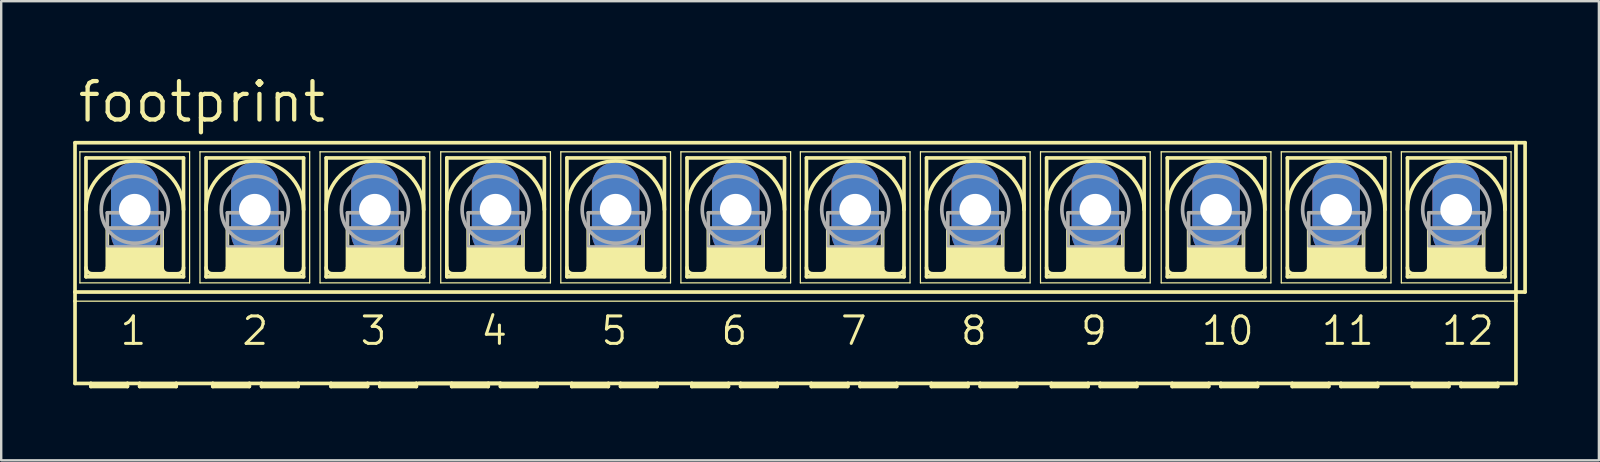
<source format=kicad_pcb>
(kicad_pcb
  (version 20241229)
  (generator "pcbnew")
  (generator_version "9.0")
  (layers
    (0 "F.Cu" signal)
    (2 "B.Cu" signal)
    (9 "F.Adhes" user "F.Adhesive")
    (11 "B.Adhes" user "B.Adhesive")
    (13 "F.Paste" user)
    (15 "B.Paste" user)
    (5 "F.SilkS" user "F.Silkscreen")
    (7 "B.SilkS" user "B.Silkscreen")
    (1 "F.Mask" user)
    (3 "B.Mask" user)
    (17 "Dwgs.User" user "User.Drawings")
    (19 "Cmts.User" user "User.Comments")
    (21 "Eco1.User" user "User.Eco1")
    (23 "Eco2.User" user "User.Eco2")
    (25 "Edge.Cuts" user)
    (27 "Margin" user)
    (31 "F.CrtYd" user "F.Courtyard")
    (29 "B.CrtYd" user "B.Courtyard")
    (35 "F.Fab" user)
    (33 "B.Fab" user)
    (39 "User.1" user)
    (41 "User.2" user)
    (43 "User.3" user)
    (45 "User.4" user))
  (footprint "footprint"
    (layer "F.Cu")
    (at 30.099 5.69)
    (property "Reference" "footprint" (at -29.997 -3.556 0) (layer "F.SilkS") (effects (font (size 1.6 1.6) (thickness 0.178)) (justify left bottom)))
    (fp_line (start -30.023 3.429) (end -30.023 -2.794) (stroke (width 0.152) (type solid)) (layer "F.SilkS"))
    (fp_line (start -30.023 3.429) (end 30.023 3.429) (stroke (width 0.152) (type solid)) (layer "F.SilkS"))
    (fp_line (start -30.023 3.81) (end -30.023 3.429) (stroke (width 0.152) (type solid)) (layer "F.SilkS"))
    (fp_line (start -30.023 7.239) (end -30.023 3.81) (stroke (width 0.152) (type solid)) (layer "F.SilkS"))
    (fp_line (start -30.023 7.239) (end -29.362 7.239) (stroke (width 0.152) (type solid)) (layer "F.SilkS"))
    (fp_line (start -29.82 -2.413) (end -29.82 3.048) (stroke (width 0.051) (type solid)) (layer "F.SilkS"))
    (fp_line (start -29.82 -2.413) (end -25.248 -2.413) (stroke (width 0.051) (type solid)) (layer "F.SilkS"))
    (fp_line (start -29.566 2.794) (end -29.566 -2.159) (stroke (width 0.152) (type solid)) (layer "F.SilkS"))
    (fp_line (start -29.566 2.794) (end -25.502 2.794) (stroke (width 0.152) (type solid)) (layer "F.SilkS"))
    (fp_line (start -29.362 7.239) (end -27.838 7.239) (stroke (width 0.152) (type solid)) (layer "F.SilkS"))
    (fp_line (start -29.362 7.366) (end -29.362 7.239) (stroke (width 0.152) (type solid)) (layer "F.SilkS"))
    (fp_line (start -29.362 7.366) (end -27.838 7.366) (stroke (width 0.152) (type solid)) (layer "F.SilkS"))
    (fp_line (start -28.677 0.762) (end -28.677 2.413) (stroke (width 0.152) (type solid)) (layer "F.SilkS"))
    (fp_line (start -27.838 7.239) (end -27.838 7.366) (stroke (width 0.152) (type solid)) (layer "F.SilkS"))
    (fp_line (start -27.838 7.239) (end -27.33 7.239) (stroke (width 0.152) (type solid)) (layer "F.SilkS"))
    (fp_line (start -27.33 7.239) (end -25.806 7.239) (stroke (width 0.152) (type solid)) (layer "F.SilkS"))
    (fp_line (start -27.33 7.366) (end -27.33 7.239) (stroke (width 0.152) (type solid)) (layer "F.SilkS"))
    (fp_line (start -27.33 7.366) (end -25.806 7.366) (stroke (width 0.152) (type solid)) (layer "F.SilkS"))
    (fp_line (start -26.391 0.762) (end -26.391 2.413) (stroke (width 0.152) (type solid)) (layer "F.SilkS"))
    (fp_line (start -25.806 7.239) (end -24.282 7.239) (stroke (width 0.152) (type solid)) (layer "F.SilkS"))
    (fp_line (start -25.806 7.366) (end -25.806 7.239) (stroke (width 0.152) (type solid)) (layer "F.SilkS"))
    (fp_line (start -25.756 2.667) (end -29.312 2.667) (stroke (width 0.152) (type solid)) (layer "F.SilkS"))
    (fp_line (start -25.502 -2.159) (end -29.566 -2.159) (stroke (width 0.152) (type solid)) (layer "F.SilkS"))
    (fp_line (start -25.502 -2.159) (end -25.502 2.794) (stroke (width 0.152) (type solid)) (layer "F.SilkS"))
    (fp_line (start -25.248 -2.413) (end -25.248 3.048) (stroke (width 0.051) (type solid)) (layer "F.SilkS"))
    (fp_line (start -25.248 3.048) (end -29.82 3.048) (stroke (width 0.051) (type solid)) (layer "F.SilkS"))
    (fp_line (start -24.816 -2.413) (end -24.816 3.048) (stroke (width 0.051) (type solid)) (layer "F.SilkS"))
    (fp_line (start -24.816 -2.413) (end -20.244 -2.413) (stroke (width 0.051) (type solid)) (layer "F.SilkS"))
    (fp_line (start -24.562 -2.159) (end -24.562 2.794) (stroke (width 0.152) (type solid)) (layer "F.SilkS"))
    (fp_line (start -24.562 2.794) (end -20.498 2.794) (stroke (width 0.152) (type solid)) (layer "F.SilkS"))
    (fp_line (start -24.282 7.239) (end -22.758 7.239) (stroke (width 0.152) (type solid)) (layer "F.SilkS"))
    (fp_line (start -24.282 7.366) (end -24.282 7.239) (stroke (width 0.152) (type solid)) (layer "F.SilkS"))
    (fp_line (start -24.282 7.366) (end -22.758 7.366) (stroke (width 0.152) (type solid)) (layer "F.SilkS"))
    (fp_line (start -23.673 0.762) (end -23.673 2.413) (stroke (width 0.152) (type solid)) (layer "F.SilkS"))
    (fp_line (start -22.758 7.239) (end -22.758 7.366) (stroke (width 0.152) (type solid)) (layer "F.SilkS"))
    (fp_line (start -22.758 7.239) (end -22.25 7.239) (stroke (width 0.152) (type solid)) (layer "F.SilkS"))
    (fp_line (start -22.25 7.239) (end -20.726 7.239) (stroke (width 0.152) (type solid)) (layer "F.SilkS"))
    (fp_line (start -22.25 7.366) (end -22.25 7.239) (stroke (width 0.152) (type solid)) (layer "F.SilkS"))
    (fp_line (start -22.25 7.366) (end -20.726 7.366) (stroke (width 0.152) (type solid)) (layer "F.SilkS"))
    (fp_line (start -21.387 0.762) (end -21.387 2.413) (stroke (width 0.152) (type solid)) (layer "F.SilkS"))
    (fp_line (start -20.752 2.667) (end -24.308 2.667) (stroke (width 0.152) (type solid)) (layer "F.SilkS"))
    (fp_line (start -20.726 7.366) (end -20.726 7.239) (stroke (width 0.152) (type solid)) (layer "F.SilkS"))
    (fp_line (start -20.498 -2.159) (end -24.562 -2.159) (stroke (width 0.152) (type solid)) (layer "F.SilkS"))
    (fp_line (start -20.498 2.794) (end -20.498 -2.159) (stroke (width 0.152) (type solid)) (layer "F.SilkS"))
    (fp_line (start -20.244 3.048) (end -24.816 3.048) (stroke (width 0.051) (type solid)) (layer "F.SilkS"))
    (fp_line (start -20.244 3.048) (end -20.244 -2.413) (stroke (width 0.051) (type solid)) (layer "F.SilkS"))
    (fp_line (start -19.812 -2.413) (end -19.812 3.048) (stroke (width 0.051) (type solid)) (layer "F.SilkS"))
    (fp_line (start -19.812 -2.413) (end -15.24 -2.413) (stroke (width 0.051) (type solid)) (layer "F.SilkS"))
    (fp_line (start -19.558 2.794) (end -19.558 -2.159) (stroke (width 0.152) (type solid)) (layer "F.SilkS"))
    (fp_line (start -19.558 2.794) (end -15.494 2.794) (stroke (width 0.152) (type solid)) (layer "F.SilkS"))
    (fp_line (start -19.355 7.239) (end -20.726 7.239) (stroke (width 0.152) (type solid)) (layer "F.SilkS"))
    (fp_line (start -19.355 7.239) (end -19.355 7.366) (stroke (width 0.152) (type solid)) (layer "F.SilkS"))
    (fp_line (start -19.355 7.239) (end -17.831 7.239) (stroke (width 0.152) (type solid)) (layer "F.SilkS"))
    (fp_line (start -19.355 7.366) (end -17.831 7.366) (stroke (width 0.152) (type solid)) (layer "F.SilkS"))
    (fp_line (start -18.669 0.762) (end -18.669 2.413) (stroke (width 0.152) (type solid)) (layer "F.SilkS"))
    (fp_line (start -17.831 7.239) (end -17.831 7.366) (stroke (width 0.152) (type solid)) (layer "F.SilkS"))
    (fp_line (start -17.831 7.239) (end -17.323 7.239) (stroke (width 0.152) (type solid)) (layer "F.SilkS"))
    (fp_line (start -17.323 7.239) (end -17.323 7.366) (stroke (width 0.152) (type solid)) (layer "F.SilkS"))
    (fp_line (start -17.323 7.239) (end -15.799 7.239) (stroke (width 0.152) (type solid)) (layer "F.SilkS"))
    (fp_line (start -17.323 7.366) (end -15.799 7.366) (stroke (width 0.152) (type solid)) (layer "F.SilkS"))
    (fp_line (start -16.383 0.762) (end -16.383 2.413) (stroke (width 0.152) (type solid)) (layer "F.SilkS"))
    (fp_line (start -15.799 7.366) (end -15.799 7.239) (stroke (width 0.152) (type solid)) (layer "F.SilkS"))
    (fp_line (start -15.748 2.667) (end -19.304 2.667) (stroke (width 0.152) (type solid)) (layer "F.SilkS"))
    (fp_line (start -15.494 -2.159) (end -19.558 -2.159) (stroke (width 0.152) (type solid)) (layer "F.SilkS"))
    (fp_line (start -15.494 -2.159) (end -15.494 2.794) (stroke (width 0.152) (type solid)) (layer "F.SilkS"))
    (fp_line (start -15.24 -2.413) (end -15.24 3.048) (stroke (width 0.051) (type solid)) (layer "F.SilkS"))
    (fp_line (start -15.24 3.048) (end -19.812 3.048) (stroke (width 0.051) (type solid)) (layer "F.SilkS"))
    (fp_line (start -14.783 -2.413) (end -14.783 3.048) (stroke (width 0.051) (type solid)) (layer "F.SilkS"))
    (fp_line (start -14.783 -2.413) (end -10.211 -2.413) (stroke (width 0.051) (type solid)) (layer "F.SilkS"))
    (fp_line (start -14.529 2.794) (end -14.529 -2.159) (stroke (width 0.152) (type solid)) (layer "F.SilkS"))
    (fp_line (start -14.529 2.794) (end -10.465 2.794) (stroke (width 0.152) (type solid)) (layer "F.SilkS"))
    (fp_line (start -14.326 7.239) (end -15.697 7.239) (stroke (width 0.152) (type solid)) (layer "F.SilkS"))
    (fp_line (start -14.326 7.239) (end -14.326 7.366) (stroke (width 0.152) (type solid)) (layer "F.SilkS"))
    (fp_line (start -14.326 7.239) (end -12.802 7.239) (stroke (width 0.152) (type solid)) (layer "F.SilkS"))
    (fp_line (start -14.326 7.366) (end -12.802 7.366) (stroke (width 0.152) (type solid)) (layer "F.SilkS"))
    (fp_line (start -13.64 0.762) (end -13.64 2.413) (stroke (width 0.152) (type solid)) (layer "F.SilkS"))
    (fp_line (start -12.802 7.239) (end -12.802 7.366) (stroke (width 0.152) (type solid)) (layer "F.SilkS"))
    (fp_line (start -12.802 7.239) (end -12.294 7.239) (stroke (width 0.152) (type solid)) (layer "F.SilkS"))
    (fp_line (start -12.294 7.239) (end -15.799 7.239) (stroke (width 0.152) (type solid)) (layer "F.SilkS"))
    (fp_line (start -12.294 7.239) (end -12.294 7.366) (stroke (width 0.152) (type solid)) (layer "F.SilkS"))
    (fp_line (start -12.294 7.366) (end -10.77 7.366) (stroke (width 0.152) (type solid)) (layer "F.SilkS"))
    (fp_line (start -11.354 0.762) (end -11.354 2.413) (stroke (width 0.152) (type solid)) (layer "F.SilkS"))
    (fp_line (start -10.77 7.239) (end -12.294 7.239) (stroke (width 0.152) (type solid)) (layer "F.SilkS"))
    (fp_line (start -10.77 7.366) (end -10.77 7.239) (stroke (width 0.152) (type solid)) (layer "F.SilkS"))
    (fp_line (start -10.719 2.667) (end -14.275 2.667) (stroke (width 0.152) (type solid)) (layer "F.SilkS"))
    (fp_line (start -10.465 -2.159) (end -14.529 -2.159) (stroke (width 0.152) (type solid)) (layer "F.SilkS"))
    (fp_line (start -10.465 -2.159) (end -10.465 2.794) (stroke (width 0.152) (type solid)) (layer "F.SilkS"))
    (fp_line (start -10.211 -2.413) (end -10.211 3.048) (stroke (width 0.051) (type solid)) (layer "F.SilkS"))
    (fp_line (start -10.211 3.048) (end -14.783 3.048) (stroke (width 0.051) (type solid)) (layer "F.SilkS"))
    (fp_line (start -9.779 -2.413) (end -9.779 3.048) (stroke (width 0.051) (type solid)) (layer "F.SilkS"))
    (fp_line (start -9.779 -2.413) (end -5.207 -2.413) (stroke (width 0.051) (type solid)) (layer "F.SilkS"))
    (fp_line (start -9.525 2.794) (end -9.525 -2.159) (stroke (width 0.152) (type solid)) (layer "F.SilkS"))
    (fp_line (start -9.525 2.794) (end -5.461 2.794) (stroke (width 0.152) (type solid)) (layer "F.SilkS"))
    (fp_line (start -9.322 7.239) (end -10.77 7.239) (stroke (width 0.152) (type solid)) (layer "F.SilkS"))
    (fp_line (start -9.322 7.366) (end -9.322 7.239) (stroke (width 0.152) (type solid)) (layer "F.SilkS"))
    (fp_line (start -9.322 7.366) (end -7.798 7.366) (stroke (width 0.152) (type solid)) (layer "F.SilkS"))
    (fp_line (start -8.636 0.762) (end -8.636 2.413) (stroke (width 0.152) (type solid)) (layer "F.SilkS"))
    (fp_line (start -7.798 7.239) (end -9.322 7.239) (stroke (width 0.152) (type solid)) (layer "F.SilkS"))
    (fp_line (start -7.798 7.239) (end -7.798 7.366) (stroke (width 0.152) (type solid)) (layer "F.SilkS"))
    (fp_line (start -7.29 7.239) (end -7.798 7.239) (stroke (width 0.152) (type solid)) (layer "F.SilkS"))
    (fp_line (start -7.29 7.366) (end -7.29 7.239) (stroke (width 0.152) (type solid)) (layer "F.SilkS"))
    (fp_line (start -7.29 7.366) (end -5.766 7.366) (stroke (width 0.152) (type solid)) (layer "F.SilkS"))
    (fp_line (start -6.35 0.762) (end -6.35 2.413) (stroke (width 0.152) (type solid)) (layer "F.SilkS"))
    (fp_line (start -5.766 7.239) (end -7.29 7.239) (stroke (width 0.152) (type solid)) (layer "F.SilkS"))
    (fp_line (start -5.766 7.366) (end -5.766 7.239) (stroke (width 0.152) (type solid)) (layer "F.SilkS"))
    (fp_line (start -5.715 2.667) (end -9.271 2.667) (stroke (width 0.152) (type solid)) (layer "F.SilkS"))
    (fp_line (start -5.461 -2.159) (end -9.525 -2.159) (stroke (width 0.152) (type solid)) (layer "F.SilkS"))
    (fp_line (start -5.461 -2.159) (end -5.461 2.794) (stroke (width 0.152) (type solid)) (layer "F.SilkS"))
    (fp_line (start -5.207 -2.413) (end -5.207 3.048) (stroke (width 0.051) (type solid)) (layer "F.SilkS"))
    (fp_line (start -5.207 3.048) (end -9.779 3.048) (stroke (width 0.051) (type solid)) (layer "F.SilkS"))
    (fp_line (start -4.775 -2.413) (end -4.775 3.048) (stroke (width 0.051) (type solid)) (layer "F.SilkS"))
    (fp_line (start -4.775 -2.413) (end -0.203 -2.413) (stroke (width 0.051) (type solid)) (layer "F.SilkS"))
    (fp_line (start -4.521 2.794) (end -4.521 -2.159) (stroke (width 0.152) (type solid)) (layer "F.SilkS"))
    (fp_line (start -4.521 2.794) (end -0.457 2.794) (stroke (width 0.152) (type solid)) (layer "F.SilkS"))
    (fp_line (start -4.318 7.239) (end -5.766 7.239) (stroke (width 0.152) (type solid)) (layer "F.SilkS"))
    (fp_line (start -4.318 7.366) (end -4.318 7.239) (stroke (width 0.152) (type solid)) (layer "F.SilkS"))
    (fp_line (start -4.318 7.366) (end -2.794 7.366) (stroke (width 0.152) (type solid)) (layer "F.SilkS"))
    (fp_line (start -3.632 0.762) (end -3.632 2.413) (stroke (width 0.152) (type solid)) (layer "F.SilkS"))
    (fp_line (start -2.794 7.239) (end -4.318 7.239) (stroke (width 0.152) (type solid)) (layer "F.SilkS"))
    (fp_line (start -2.794 7.239) (end -2.794 7.366) (stroke (width 0.152) (type solid)) (layer "F.SilkS"))
    (fp_line (start -2.286 7.239) (end -2.794 7.239) (stroke (width 0.152) (type solid)) (layer "F.SilkS"))
    (fp_line (start -2.286 7.239) (end -0.762 7.239) (stroke (width 0.152) (type solid)) (layer "F.SilkS"))
    (fp_line (start -2.286 7.366) (end -2.286 7.239) (stroke (width 0.152) (type solid)) (layer "F.SilkS"))
    (fp_line (start -2.286 7.366) (end -0.762 7.366) (stroke (width 0.152) (type solid)) (layer "F.SilkS"))
    (fp_line (start -1.346 0.762) (end -1.346 2.413) (stroke (width 0.152) (type solid)) (layer "F.SilkS"))
    (fp_line (start -0.762 7.239) (end 0.66 7.239) (stroke (width 0.152) (type solid)) (layer "F.SilkS"))
    (fp_line (start -0.762 7.366) (end -0.762 7.239) (stroke (width 0.152) (type solid)) (layer "F.SilkS"))
    (fp_line (start -0.711 2.667) (end -4.267 2.667) (stroke (width 0.152) (type solid)) (layer "F.SilkS"))
    (fp_line (start -0.457 -2.159) (end -4.521 -2.159) (stroke (width 0.152) (type solid)) (layer "F.SilkS"))
    (fp_line (start -0.457 -2.159) (end -0.457 2.794) (stroke (width 0.152) (type solid)) (layer "F.SilkS"))
    (fp_line (start -0.203 -2.413) (end -0.203 3.048) (stroke (width 0.051) (type solid)) (layer "F.SilkS"))
    (fp_line (start -0.203 3.048) (end -4.775 3.048) (stroke (width 0.051) (type solid)) (layer "F.SilkS"))
    (fp_line (start 0.203 -2.413) (end 0.203 3.048) (stroke (width 0.051) (type solid)) (layer "F.SilkS"))
    (fp_line (start 0.203 -2.413) (end 4.775 -2.413) (stroke (width 0.051) (type solid)) (layer "F.SilkS"))
    (fp_line (start 0.457 2.794) (end 0.457 -2.159) (stroke (width 0.152) (type solid)) (layer "F.SilkS"))
    (fp_line (start 0.457 2.794) (end 4.521 2.794) (stroke (width 0.152) (type solid)) (layer "F.SilkS"))
    (fp_line (start 0.66 7.366) (end 0.66 7.239) (stroke (width 0.152) (type solid)) (layer "F.SilkS"))
    (fp_line (start 0.66 7.366) (end 2.184 7.366) (stroke (width 0.152) (type solid)) (layer "F.SilkS"))
    (fp_line (start 1.346 0.762) (end 1.346 2.413) (stroke (width 0.152) (type solid)) (layer "F.SilkS"))
    (fp_line (start 2.184 7.239) (end 0.66 7.239) (stroke (width 0.152) (type solid)) (layer "F.SilkS"))
    (fp_line (start 2.184 7.239) (end 2.184 7.366) (stroke (width 0.152) (type solid)) (layer "F.SilkS"))
    (fp_line (start 2.692 7.239) (end 2.184 7.239) (stroke (width 0.152) (type solid)) (layer "F.SilkS"))
    (fp_line (start 2.692 7.239) (end 4.216 7.239) (stroke (width 0.152) (type solid)) (layer "F.SilkS"))
    (fp_line (start 2.692 7.366) (end 2.692 7.239) (stroke (width 0.152) (type solid)) (layer "F.SilkS"))
    (fp_line (start 2.692 7.366) (end 4.216 7.366) (stroke (width 0.152) (type solid)) (layer "F.SilkS"))
    (fp_line (start 3.632 0.762) (end 3.632 2.413) (stroke (width 0.152) (type solid)) (layer "F.SilkS"))
    (fp_line (start 4.216 7.366) (end 4.216 7.239) (stroke (width 0.152) (type solid)) (layer "F.SilkS"))
    (fp_line (start 4.267 2.667) (end 0.711 2.667) (stroke (width 0.152) (type solid)) (layer "F.SilkS"))
    (fp_line (start 4.521 -2.159) (end 0.457 -2.159) (stroke (width 0.152) (type solid)) (layer "F.SilkS"))
    (fp_line (start 4.521 -2.159) (end 4.521 2.794) (stroke (width 0.152) (type solid)) (layer "F.SilkS"))
    (fp_line (start 4.775 -2.413) (end 4.775 3.048) (stroke (width 0.051) (type solid)) (layer "F.SilkS"))
    (fp_line (start 4.775 3.048) (end 0.203 3.048) (stroke (width 0.051) (type solid)) (layer "F.SilkS"))
    (fp_line (start 5.207 -2.413) (end 5.207 3.048) (stroke (width 0.051) (type solid)) (layer "F.SilkS"))
    (fp_line (start 5.207 -2.413) (end 9.779 -2.413) (stroke (width 0.051) (type solid)) (layer "F.SilkS"))
    (fp_line (start 5.461 2.794) (end 5.461 -2.159) (stroke (width 0.152) (type solid)) (layer "F.SilkS"))
    (fp_line (start 5.461 2.794) (end 9.525 2.794) (stroke (width 0.152) (type solid)) (layer "F.SilkS"))
    (fp_line (start 5.664 7.239) (end 4.216 7.239) (stroke (width 0.152) (type solid)) (layer "F.SilkS"))
    (fp_line (start 5.664 7.239) (end 7.188 7.239) (stroke (width 0.152) (type solid)) (layer "F.SilkS"))
    (fp_line (start 5.664 7.366) (end 5.664 7.239) (stroke (width 0.152) (type solid)) (layer "F.SilkS"))
    (fp_line (start 5.664 7.366) (end 7.188 7.366) (stroke (width 0.152) (type solid)) (layer "F.SilkS"))
    (fp_line (start 6.35 0.762) (end 6.35 2.413) (stroke (width 0.152) (type solid)) (layer "F.SilkS"))
    (fp_line (start 7.188 7.239) (end 7.188 7.366) (stroke (width 0.152) (type solid)) (layer "F.SilkS"))
    (fp_line (start 7.188 7.239) (end 7.696 7.239) (stroke (width 0.152) (type solid)) (layer "F.SilkS"))
    (fp_line (start 7.696 7.239) (end 9.22 7.239) (stroke (width 0.152) (type solid)) (layer "F.SilkS"))
    (fp_line (start 7.696 7.366) (end 7.696 7.239) (stroke (width 0.152) (type solid)) (layer "F.SilkS"))
    (fp_line (start 7.696 7.366) (end 9.22 7.366) (stroke (width 0.152) (type solid)) (layer "F.SilkS"))
    (fp_line (start 8.636 0.762) (end 8.636 2.413) (stroke (width 0.152) (type solid)) (layer "F.SilkS"))
    (fp_line (start 9.22 7.366) (end 9.22 7.239) (stroke (width 0.152) (type solid)) (layer "F.SilkS"))
    (fp_line (start 9.271 2.667) (end 5.715 2.667) (stroke (width 0.152) (type solid)) (layer "F.SilkS"))
    (fp_line (start 9.525 -2.159) (end 5.461 -2.159) (stroke (width 0.152) (type solid)) (layer "F.SilkS"))
    (fp_line (start 9.525 -2.159) (end 9.525 2.794) (stroke (width 0.152) (type solid)) (layer "F.SilkS"))
    (fp_line (start 9.779 -2.413) (end 9.779 3.048) (stroke (width 0.051) (type solid)) (layer "F.SilkS"))
    (fp_line (start 9.779 3.048) (end 5.207 3.048) (stroke (width 0.051) (type solid)) (layer "F.SilkS"))
    (fp_line (start 10.211 -2.413) (end 10.211 3.048) (stroke (width 0.051) (type solid)) (layer "F.SilkS"))
    (fp_line (start 10.211 -2.413) (end 14.783 -2.413) (stroke (width 0.051) (type solid)) (layer "F.SilkS"))
    (fp_line (start 10.465 2.794) (end 10.465 -2.159) (stroke (width 0.152) (type solid)) (layer "F.SilkS"))
    (fp_line (start 10.465 2.794) (end 14.529 2.794) (stroke (width 0.152) (type solid)) (layer "F.SilkS"))
    (fp_line (start 10.668 7.239) (end 9.22 7.239) (stroke (width 0.152) (type solid)) (layer "F.SilkS"))
    (fp_line (start 10.668 7.239) (end 12.192 7.239) (stroke (width 0.152) (type solid)) (layer "F.SilkS"))
    (fp_line (start 10.668 7.366) (end 10.668 7.239) (stroke (width 0.152) (type solid)) (layer "F.SilkS"))
    (fp_line (start 10.668 7.366) (end 12.192 7.366) (stroke (width 0.152) (type solid)) (layer "F.SilkS"))
    (fp_line (start 11.354 0.762) (end 11.354 2.413) (stroke (width 0.152) (type solid)) (layer "F.SilkS"))
    (fp_line (start 12.192 7.239) (end 12.192 7.366) (stroke (width 0.152) (type solid)) (layer "F.SilkS"))
    (fp_line (start 12.7 7.239) (end 12.192 7.239) (stroke (width 0.152) (type solid)) (layer "F.SilkS"))
    (fp_line (start 12.7 7.366) (end 12.7 7.239) (stroke (width 0.152) (type solid)) (layer "F.SilkS"))
    (fp_line (start 12.7 7.366) (end 14.224 7.366) (stroke (width 0.152) (type solid)) (layer "F.SilkS"))
    (fp_line (start 13.64 0.762) (end 13.64 2.413) (stroke (width 0.152) (type solid)) (layer "F.SilkS"))
    (fp_line (start 14.224 7.239) (end 12.7 7.239) (stroke (width 0.152) (type solid)) (layer "F.SilkS"))
    (fp_line (start 14.224 7.366) (end 14.224 7.239) (stroke (width 0.152) (type solid)) (layer "F.SilkS"))
    (fp_line (start 14.275 2.667) (end 10.719 2.667) (stroke (width 0.152) (type solid)) (layer "F.SilkS"))
    (fp_line (start 14.529 -2.159) (end 10.465 -2.159) (stroke (width 0.152) (type solid)) (layer "F.SilkS"))
    (fp_line (start 14.529 -2.159) (end 14.529 2.794) (stroke (width 0.152) (type solid)) (layer "F.SilkS"))
    (fp_line (start 14.783 -2.413) (end 14.783 3.048) (stroke (width 0.051) (type solid)) (layer "F.SilkS"))
    (fp_line (start 14.783 3.048) (end 10.211 3.048) (stroke (width 0.051) (type solid)) (layer "F.SilkS"))
    (fp_line (start 15.24 -2.413) (end 15.24 3.048) (stroke (width 0.051) (type solid)) (layer "F.SilkS"))
    (fp_line (start 15.24 -2.413) (end 19.812 -2.413) (stroke (width 0.051) (type solid)) (layer "F.SilkS"))
    (fp_line (start 15.494 2.794) (end 15.494 -2.159) (stroke (width 0.152) (type solid)) (layer "F.SilkS"))
    (fp_line (start 15.494 2.794) (end 19.558 2.794) (stroke (width 0.152) (type solid)) (layer "F.SilkS"))
    (fp_line (start 15.697 7.239) (end 14.224 7.239) (stroke (width 0.152) (type solid)) (layer "F.SilkS"))
    (fp_line (start 15.697 7.366) (end 15.697 7.239) (stroke (width 0.152) (type solid)) (layer "F.SilkS"))
    (fp_line (start 15.697 7.366) (end 17.221 7.366) (stroke (width 0.152) (type solid)) (layer "F.SilkS"))
    (fp_line (start 16.383 0.762) (end 16.383 2.413) (stroke (width 0.152) (type solid)) (layer "F.SilkS"))
    (fp_line (start 17.221 7.239) (end 15.697 7.239) (stroke (width 0.152) (type solid)) (layer "F.SilkS"))
    (fp_line (start 17.221 7.239) (end 17.221 7.366) (stroke (width 0.152) (type solid)) (layer "F.SilkS"))
    (fp_line (start 17.221 7.239) (end 17.729 7.239) (stroke (width 0.152) (type solid)) (layer "F.SilkS"))
    (fp_line (start 17.729 7.239) (end 19.253 7.239) (stroke (width 0.152) (type solid)) (layer "F.SilkS"))
    (fp_line (start 17.729 7.366) (end 17.729 7.239) (stroke (width 0.152) (type solid)) (layer "F.SilkS"))
    (fp_line (start 17.729 7.366) (end 19.253 7.366) (stroke (width 0.152) (type solid)) (layer "F.SilkS"))
    (fp_line (start 18.669 0.762) (end 18.669 2.413) (stroke (width 0.152) (type solid)) (layer "F.SilkS"))
    (fp_line (start 19.253 7.239) (end 20.701 7.239) (stroke (width 0.152) (type solid)) (layer "F.SilkS"))
    (fp_line (start 19.253 7.366) (end 19.253 7.239) (stroke (width 0.152) (type solid)) (layer "F.SilkS"))
    (fp_line (start 19.304 2.667) (end 15.748 2.667) (stroke (width 0.152) (type solid)) (layer "F.SilkS"))
    (fp_line (start 19.558 -2.159) (end 15.494 -2.159) (stroke (width 0.152) (type solid)) (layer "F.SilkS"))
    (fp_line (start 19.558 -2.159) (end 19.558 2.794) (stroke (width 0.152) (type solid)) (layer "F.SilkS"))
    (fp_line (start 19.812 -2.413) (end 19.812 3.048) (stroke (width 0.051) (type solid)) (layer "F.SilkS"))
    (fp_line (start 19.812 3.048) (end 15.24 3.048) (stroke (width 0.051) (type solid)) (layer "F.SilkS"))
    (fp_line (start 20.244 -2.413) (end 20.244 3.048) (stroke (width 0.051) (type solid)) (layer "F.SilkS"))
    (fp_line (start 20.244 -2.413) (end 24.816 -2.413) (stroke (width 0.051) (type solid)) (layer "F.SilkS"))
    (fp_line (start 20.498 2.794) (end 20.498 -2.159) (stroke (width 0.152) (type solid)) (layer "F.SilkS"))
    (fp_line (start 20.498 2.794) (end 24.562 2.794) (stroke (width 0.152) (type solid)) (layer "F.SilkS"))
    (fp_line (start 20.701 7.239) (end 22.225 7.239) (stroke (width 0.152) (type solid)) (layer "F.SilkS"))
    (fp_line (start 20.701 7.366) (end 20.701 7.239) (stroke (width 0.152) (type solid)) (layer "F.SilkS"))
    (fp_line (start 20.701 7.366) (end 22.225 7.366) (stroke (width 0.152) (type solid)) (layer "F.SilkS"))
    (fp_line (start 21.387 0.762) (end 21.387 2.413) (stroke (width 0.152) (type solid)) (layer "F.SilkS"))
    (fp_line (start 22.225 7.239) (end 22.225 7.366) (stroke (width 0.152) (type solid)) (layer "F.SilkS"))
    (fp_line (start 22.225 7.239) (end 22.733 7.239) (stroke (width 0.152) (type solid)) (layer "F.SilkS"))
    (fp_line (start 22.733 7.366) (end 22.733 7.239) (stroke (width 0.152) (type solid)) (layer "F.SilkS"))
    (fp_line (start 22.733 7.366) (end 24.257 7.366) (stroke (width 0.152) (type solid)) (layer "F.SilkS"))
    (fp_line (start 23.673 0.762) (end 23.673 2.413) (stroke (width 0.152) (type solid)) (layer "F.SilkS"))
    (fp_line (start 24.257 7.239) (end 22.733 7.239) (stroke (width 0.152) (type solid)) (layer "F.SilkS"))
    (fp_line (start 24.257 7.239) (end 25.705 7.239) (stroke (width 0.152) (type solid)) (layer "F.SilkS"))
    (fp_line (start 24.257 7.366) (end 24.257 7.239) (stroke (width 0.152) (type solid)) (layer "F.SilkS"))
    (fp_line (start 24.308 2.667) (end 20.752 2.667) (stroke (width 0.152) (type solid)) (layer "F.SilkS"))
    (fp_line (start 24.562 -2.159) (end 20.498 -2.159) (stroke (width 0.152) (type solid)) (layer "F.SilkS"))
    (fp_line (start 24.562 -2.159) (end 24.562 2.794) (stroke (width 0.152) (type solid)) (layer "F.SilkS"))
    (fp_line (start 24.816 -2.413) (end 24.816 3.048) (stroke (width 0.051) (type solid)) (layer "F.SilkS"))
    (fp_line (start 24.816 3.048) (end 20.244 3.048) (stroke (width 0.051) (type solid)) (layer "F.SilkS"))
    (fp_line (start 25.248 -2.413) (end 25.248 3.048) (stroke (width 0.051) (type solid)) (layer "F.SilkS"))
    (fp_line (start 25.248 -2.413) (end 29.82 -2.413) (stroke (width 0.051) (type solid)) (layer "F.SilkS"))
    (fp_line (start 25.502 2.794) (end 25.502 -2.159) (stroke (width 0.152) (type solid)) (layer "F.SilkS"))
    (fp_line (start 25.502 2.794) (end 29.566 2.794) (stroke (width 0.152) (type solid)) (layer "F.SilkS"))
    (fp_line (start 25.705 7.366) (end 25.705 7.239) (stroke (width 0.152) (type solid)) (layer "F.SilkS"))
    (fp_line (start 25.705 7.366) (end 27.229 7.366) (stroke (width 0.152) (type solid)) (layer "F.SilkS"))
    (fp_line (start 26.391 0.762) (end 26.391 2.413) (stroke (width 0.152) (type solid)) (layer "F.SilkS"))
    (fp_line (start 27.229 7.239) (end 25.705 7.239) (stroke (width 0.152) (type solid)) (layer "F.SilkS"))
    (fp_line (start 27.229 7.239) (end 27.229 7.366) (stroke (width 0.152) (type solid)) (layer "F.SilkS"))
    (fp_line (start 27.229 7.239) (end 27.737 7.239) (stroke (width 0.152) (type solid)) (layer "F.SilkS"))
    (fp_line (start 27.737 7.239) (end 29.261 7.239) (stroke (width 0.152) (type solid)) (layer "F.SilkS"))
    (fp_line (start 27.737 7.366) (end 27.737 7.239) (stroke (width 0.152) (type solid)) (layer "F.SilkS"))
    (fp_line (start 27.737 7.366) (end 29.261 7.366) (stroke (width 0.152) (type solid)) (layer "F.SilkS"))
    (fp_line (start 28.677 0.762) (end 28.677 2.413) (stroke (width 0.152) (type solid)) (layer "F.SilkS"))
    (fp_line (start 29.261 7.239) (end 29.261 7.366) (stroke (width 0.152) (type solid)) (layer "F.SilkS"))
    (fp_line (start 29.312 2.667) (end 25.756 2.667) (stroke (width 0.152) (type solid)) (layer "F.SilkS"))
    (fp_line (start 29.566 -2.159) (end 25.502 -2.159) (stroke (width 0.152) (type solid)) (layer "F.SilkS"))
    (fp_line (start 29.566 -2.159) (end 29.566 2.794) (stroke (width 0.152) (type solid)) (layer "F.SilkS"))
    (fp_line (start 29.82 -2.413) (end 29.82 3.048) (stroke (width 0.051) (type solid)) (layer "F.SilkS"))
    (fp_line (start 29.82 3.048) (end 25.248 3.048) (stroke (width 0.051) (type solid)) (layer "F.SilkS"))
    (fp_line (start 30.023 -2.794) (end -30.023 -2.794) (stroke (width 0.152) (type solid)) (layer "F.SilkS"))
    (fp_line (start 30.023 -2.794) (end 30.023 3.429) (stroke (width 0.152) (type solid)) (layer "F.SilkS"))
    (fp_line (start 30.023 3.429) (end 30.023 3.81) (stroke (width 0.152) (type solid)) (layer "F.SilkS"))
    (fp_line (start 30.023 3.81) (end -30.023 3.81) (stroke (width 0.051) (type solid)) (layer "F.SilkS"))
    (fp_line (start 30.023 3.81) (end 30.023 7.239) (stroke (width 0.152) (type solid)) (layer "F.SilkS"))
    (fp_line (start 30.023 7.239) (end 29.261 7.239) (stroke (width 0.152) (type solid)) (layer "F.SilkS"))
    (fp_line (start 30.404 -2.794) (end 30.023 -2.794) (stroke (width 0.152) (type solid)) (layer "F.SilkS"))
    (fp_line (start 30.404 -2.794) (end 30.404 3.429) (stroke (width 0.152) (type solid)) (layer "F.SilkS"))
    (fp_line (start 30.404 3.429) (end 30.023 3.429) (stroke (width 0.152) (type solid)) (layer "F.SilkS"))
    (fp_arc (start -29.5656 0) (mid -27.5336 -2.032) (end -25.5016 0) (stroke (width 0.1524) (type solid)) (layer "F.SilkS"))
    (fp_arc (start -29.3116 2.667) (mid -29.491205 2.592605) (end -29.5656 2.413) (stroke (width 0.1524) (type solid)) (layer "F.SilkS"))
    (fp_arc (start -28.6766 2.413) (mid -28.750995 2.592605) (end -28.9306 2.667) (stroke (width 0.1524) (type solid)) (layer "F.SilkS"))
    (fp_arc (start -26.1366 2.667) (mid -26.316205 2.592605) (end -26.3906 2.413) (stroke (width 0.1524) (type solid)) (layer "F.SilkS"))
    (fp_arc (start -25.5016 2.413) (mid -25.575995 2.592605) (end -25.7556 2.667) (stroke (width 0.1524) (type solid)) (layer "F.SilkS"))
    (fp_arc (start -24.5618 0) (mid -22.5298 -2.032) (end -20.4978 0) (stroke (width 0.1524) (type solid)) (layer "F.SilkS"))
    (fp_arc (start -24.3078 2.667) (mid -24.487405 2.592605) (end -24.5618 2.413) (stroke (width 0.1524) (type solid)) (layer "F.SilkS"))
    (fp_arc (start -23.6728 2.413) (mid -23.747195 2.592605) (end -23.9268 2.667) (stroke (width 0.1524) (type solid)) (layer "F.SilkS"))
    (fp_arc (start -21.1328 2.667) (mid -21.312405 2.592605) (end -21.3868 2.413) (stroke (width 0.1524) (type solid)) (layer "F.SilkS"))
    (fp_arc (start -20.4978 2.413) (mid -20.572195 2.592605) (end -20.7518 2.667) (stroke (width 0.1524) (type solid)) (layer "F.SilkS"))
    (fp_arc (start -19.558 0) (mid -17.526 -2.032) (end -15.494 0) (stroke (width 0.1524) (type solid)) (layer "F.SilkS"))
    (fp_arc (start -19.304 2.667) (mid -19.483605 2.592605) (end -19.558 2.413) (stroke (width 0.1524) (type solid)) (layer "F.SilkS"))
    (fp_arc (start -18.669 2.413) (mid -18.743395 2.592605) (end -18.923 2.667) (stroke (width 0.1524) (type solid)) (layer "F.SilkS"))
    (fp_arc (start -16.129 2.667) (mid -16.308605 2.592605) (end -16.383 2.413) (stroke (width 0.1524) (type solid)) (layer "F.SilkS"))
    (fp_arc (start -15.494 2.413) (mid -15.568395 2.592605) (end -15.748 2.667) (stroke (width 0.1524) (type solid)) (layer "F.SilkS"))
    (fp_arc (start -14.5288 0) (mid -12.4968 -2.032) (end -10.4648 0) (stroke (width 0.1524) (type solid)) (layer "F.SilkS"))
    (fp_arc (start -14.2748 2.667) (mid -14.454405 2.592605) (end -14.5288 2.413) (stroke (width 0.1524) (type solid)) (layer "F.SilkS"))
    (fp_arc (start -13.6398 2.413) (mid -13.714195 2.592605) (end -13.8938 2.667) (stroke (width 0.1524) (type solid)) (layer "F.SilkS"))
    (fp_arc (start -11.0998 2.667) (mid -11.279405 2.592605) (end -11.3538 2.413) (stroke (width 0.1524) (type solid)) (layer "F.SilkS"))
    (fp_arc (start -10.4648 2.413) (mid -10.539195 2.592605) (end -10.7188 2.667) (stroke (width 0.1524) (type solid)) (layer "F.SilkS"))
    (fp_arc (start -9.525 0) (mid -7.493 -2.032) (end -5.461 0) (stroke (width 0.1524) (type solid)) (layer "F.SilkS"))
    (fp_arc (start -9.271 2.667) (mid -9.450605 2.592605) (end -9.525 2.413) (stroke (width 0.1524) (type solid)) (layer "F.SilkS"))
    (fp_arc (start -8.636 2.413) (mid -8.710395 2.592605) (end -8.89 2.667) (stroke (width 0.1524) (type solid)) (layer "F.SilkS"))
    (fp_arc (start -6.096 2.667) (mid -6.275605 2.592605) (end -6.35 2.413) (stroke (width 0.1524) (type solid)) (layer "F.SilkS"))
    (fp_arc (start -5.461 2.413) (mid -5.535395 2.592605) (end -5.715 2.667) (stroke (width 0.1524) (type solid)) (layer "F.SilkS"))
    (fp_arc (start -4.5212 0) (mid -2.4892 -2.032) (end -0.4572 0) (stroke (width 0.1524) (type solid)) (layer "F.SilkS"))
    (fp_arc (start -4.2672 2.667) (mid -4.446805 2.592605) (end -4.5212 2.413) (stroke (width 0.1524) (type solid)) (layer "F.SilkS"))
    (fp_arc (start -3.6322 2.413) (mid -3.706595 2.592605) (end -3.8862 2.667) (stroke (width 0.1524) (type solid)) (layer "F.SilkS"))
    (fp_arc (start -1.0922 2.667) (mid -1.271805 2.592605) (end -1.3462 2.413) (stroke (width 0.1524) (type solid)) (layer "F.SilkS"))
    (fp_arc (start -0.4572 2.413) (mid -0.531595 2.592605) (end -0.7112 2.667) (stroke (width 0.1524) (type solid)) (layer "F.SilkS"))
    (fp_arc (start 0.4572 0) (mid 2.4892 -2.032) (end 4.5212 0) (stroke (width 0.1524) (type solid)) (layer "F.SilkS"))
    (fp_arc (start 0.7112 2.667) (mid 0.531595 2.592605) (end 0.4572 2.413) (stroke (width 0.1524) (type solid)) (layer "F.SilkS"))
    (fp_arc (start 1.3462 2.413) (mid 1.271805 2.592605) (end 1.0922 2.667) (stroke (width 0.1524) (type solid)) (layer "F.SilkS"))
    (fp_arc (start 3.8862 2.667) (mid 3.706595 2.592605) (end 3.6322 2.413) (stroke (width 0.1524) (type solid)) (layer "F.SilkS"))
    (fp_arc (start 4.5212 2.413) (mid 4.446805 2.592605) (end 4.2672 2.667) (stroke (width 0.1524) (type solid)) (layer "F.SilkS"))
    (fp_arc (start 5.461 0) (mid 7.493 -2.032) (end 9.525 0) (stroke (width 0.1524) (type solid)) (layer "F.SilkS"))
    (fp_arc (start 5.715 2.667) (mid 5.535395 2.592605) (end 5.461 2.413) (stroke (width 0.1524) (type solid)) (layer "F.SilkS"))
    (fp_arc (start 6.35 2.413) (mid 6.275605 2.592605) (end 6.096 2.667) (stroke (width 0.1524) (type solid)) (layer "F.SilkS"))
    (fp_arc (start 8.89 2.667) (mid 8.710395 2.592605) (end 8.636 2.413) (stroke (width 0.1524) (type solid)) (layer "F.SilkS"))
    (fp_arc (start 9.525 2.413) (mid 9.450605 2.592605) (end 9.271 2.667) (stroke (width 0.1524) (type solid)) (layer "F.SilkS"))
    (fp_arc (start 10.4648 0) (mid 12.4968 -2.032) (end 14.5288 0) (stroke (width 0.1524) (type solid)) (layer "F.SilkS"))
    (fp_arc (start 10.7188 2.667) (mid 10.539195 2.592605) (end 10.4648 2.413) (stroke (width 0.1524) (type solid)) (layer "F.SilkS"))
    (fp_arc (start 11.3538 2.413) (mid 11.279405 2.592605) (end 11.0998 2.667) (stroke (width 0.1524) (type solid)) (layer "F.SilkS"))
    (fp_arc (start 13.8938 2.667) (mid 13.714195 2.592605) (end 13.6398 2.413) (stroke (width 0.1524) (type solid)) (layer "F.SilkS"))
    (fp_arc (start 14.5288 2.413) (mid 14.454405 2.592605) (end 14.2748 2.667) (stroke (width 0.1524) (type solid)) (layer "F.SilkS"))
    (fp_arc (start 15.494 0) (mid 17.526 -2.032) (end 19.558 0) (stroke (width 0.1524) (type solid)) (layer "F.SilkS"))
    (fp_arc (start 15.748 2.667) (mid 15.568395 2.592605) (end 15.494 2.413) (stroke (width 0.1524) (type solid)) (layer "F.SilkS"))
    (fp_arc (start 16.383 2.413) (mid 16.308605 2.592605) (end 16.129 2.667) (stroke (width 0.1524) (type solid)) (layer "F.SilkS"))
    (fp_arc (start 18.923 2.667) (mid 18.743395 2.592605) (end 18.669 2.413) (stroke (width 0.1524) (type solid)) (layer "F.SilkS"))
    (fp_arc (start 19.558 2.413) (mid 19.483605 2.592605) (end 19.304 2.667) (stroke (width 0.1524) (type solid)) (layer "F.SilkS"))
    (fp_arc (start 20.4978 0) (mid 22.5298 -2.032) (end 24.5618 0) (stroke (width 0.1524) (type solid)) (layer "F.SilkS"))
    (fp_arc (start 20.7518 2.667) (mid 20.572195 2.592605) (end 20.4978 2.413) (stroke (width 0.1524) (type solid)) (layer "F.SilkS"))
    (fp_arc (start 21.3868 2.413) (mid 21.312405 2.592605) (end 21.1328 2.667) (stroke (width 0.1524) (type solid)) (layer "F.SilkS"))
    (fp_arc (start 23.9268 2.667) (mid 23.747195 2.592605) (end 23.6728 2.413) (stroke (width 0.1524) (type solid)) (layer "F.SilkS"))
    (fp_arc (start 24.5618 2.413) (mid 24.487405 2.592605) (end 24.3078 2.667) (stroke (width 0.1524) (type solid)) (layer "F.SilkS"))
    (fp_arc (start 25.5016 0) (mid 27.5336 -2.032) (end 29.5656 0) (stroke (width 0.1524) (type solid)) (layer "F.SilkS"))
    (fp_arc (start 25.7556 2.667) (mid 25.575995 2.592605) (end 25.5016 2.413) (stroke (width 0.1524) (type solid)) (layer "F.SilkS"))
    (fp_arc (start 26.3906 2.413) (mid 26.316205 2.592605) (end 26.1366 2.667) (stroke (width 0.1524) (type solid)) (layer "F.SilkS"))
    (fp_arc (start 28.9306 2.667) (mid 28.750995 2.592605) (end 28.6766 2.413) (stroke (width 0.1524) (type solid)) (layer "F.SilkS"))
    (fp_arc (start 29.5656 2.413) (mid 29.491205 2.592605) (end 29.3116 2.667) (stroke (width 0.1524) (type solid)) (layer "F.SilkS"))
    (fp_poly (pts (xy -28.677 2.667) (xy -26.391 2.667) (xy -26.391 1.524) (xy -28.677 1.524)) (stroke (width 0) (type solid)) (fill yes) (layer "F.SilkS"))
    (fp_poly (pts (xy -23.673 2.667) (xy -21.387 2.667) (xy -21.387 1.524) (xy -23.673 1.524)) (stroke (width 0) (type solid)) (fill yes) (layer "F.SilkS"))
    (fp_poly (pts (xy -18.669 2.667) (xy -16.383 2.667) (xy -16.383 1.524) (xy -18.669 1.524)) (stroke (width 0) (type solid)) (fill yes) (layer "F.SilkS"))
    (fp_poly (pts (xy -13.64 2.667) (xy -11.354 2.667) (xy -11.354 1.524) (xy -13.64 1.524)) (stroke (width 0) (type solid)) (fill yes) (layer "F.SilkS"))
    (fp_poly (pts (xy -8.636 2.667) (xy -6.35 2.667) (xy -6.35 1.524) (xy -8.636 1.524)) (stroke (width 0) (type solid)) (fill yes) (layer "F.SilkS"))
    (fp_poly (pts (xy -3.632 2.667) (xy -1.346 2.667) (xy -1.346 1.524) (xy -3.632 1.524)) (stroke (width 0) (type solid)) (fill yes) (layer "F.SilkS"))
    (fp_poly (pts (xy 1.346 2.667) (xy 3.632 2.667) (xy 3.632 1.524) (xy 1.346 1.524)) (stroke (width 0) (type solid)) (fill yes) (layer "F.SilkS"))
    (fp_poly (pts (xy 6.35 2.667) (xy 8.636 2.667) (xy 8.636 1.524) (xy 6.35 1.524)) (stroke (width 0) (type solid)) (fill yes) (layer "F.SilkS"))
    (fp_poly (pts (xy 11.354 2.667) (xy 13.64 2.667) (xy 13.64 1.524) (xy 11.354 1.524)) (stroke (width 0) (type solid)) (fill yes) (layer "F.SilkS"))
    (fp_poly (pts (xy 16.383 2.667) (xy 18.669 2.667) (xy 18.669 1.524) (xy 16.383 1.524)) (stroke (width 0) (type solid)) (fill yes) (layer "F.SilkS"))
    (fp_poly (pts (xy 21.387 2.667) (xy 23.673 2.667) (xy 23.673 1.524) (xy 21.387 1.524)) (stroke (width 0) (type solid)) (fill yes) (layer "F.SilkS"))
    (fp_poly (pts (xy 26.391 2.667) (xy 28.677 2.667) (xy 28.677 1.524) (xy 26.391 1.524)) (stroke (width 0) (type solid)) (fill yes) (layer "F.SilkS"))
    (fp_line (start -28.677 0.127) (end -28.677 0.762) (stroke (width 0.152) (type solid)) (layer "F.Fab"))
    (fp_line (start -28.677 0.127) (end -26.391 0.127) (stroke (width 0.152) (type solid)) (layer "F.Fab"))
    (fp_line (start -28.677 0.762) (end -26.391 0.762) (stroke (width 0.152) (type solid)) (layer "F.Fab"))
    (fp_line (start -26.391 0.127) (end -26.391 0.762) (stroke (width 0.152) (type solid)) (layer "F.Fab"))
    (fp_line (start -23.673 0.127) (end -23.673 0.762) (stroke (width 0.152) (type solid)) (layer "F.Fab"))
    (fp_line (start -23.673 0.127) (end -21.387 0.127) (stroke (width 0.152) (type solid)) (layer "F.Fab"))
    (fp_line (start -23.673 0.762) (end -21.387 0.762) (stroke (width 0.152) (type solid)) (layer "F.Fab"))
    (fp_line (start -21.387 0.127) (end -21.387 0.762) (stroke (width 0.152) (type solid)) (layer "F.Fab"))
    (fp_line (start -18.669 0.127) (end -18.669 0.762) (stroke (width 0.152) (type solid)) (layer "F.Fab"))
    (fp_line (start -18.669 0.127) (end -16.383 0.127) (stroke (width 0.152) (type solid)) (layer "F.Fab"))
    (fp_line (start -18.669 0.762) (end -16.383 0.762) (stroke (width 0.152) (type solid)) (layer "F.Fab"))
    (fp_line (start -16.383 0.127) (end -16.383 0.762) (stroke (width 0.152) (type solid)) (layer "F.Fab"))
    (fp_line (start -13.64 0.127) (end -13.64 0.762) (stroke (width 0.152) (type solid)) (layer "F.Fab"))
    (fp_line (start -13.64 0.127) (end -11.354 0.127) (stroke (width 0.152) (type solid)) (layer "F.Fab"))
    (fp_line (start -13.64 0.762) (end -11.354 0.762) (stroke (width 0.152) (type solid)) (layer "F.Fab"))
    (fp_line (start -11.354 0.127) (end -11.354 0.762) (stroke (width 0.152) (type solid)) (layer "F.Fab"))
    (fp_line (start -8.636 0.127) (end -8.636 0.762) (stroke (width 0.152) (type solid)) (layer "F.Fab"))
    (fp_line (start -8.636 0.127) (end -6.35 0.127) (stroke (width 0.152) (type solid)) (layer "F.Fab"))
    (fp_line (start -8.636 0.762) (end -6.35 0.762) (stroke (width 0.152) (type solid)) (layer "F.Fab"))
    (fp_line (start -6.35 0.127) (end -6.35 0.762) (stroke (width 0.152) (type solid)) (layer "F.Fab"))
    (fp_line (start -3.632 0.127) (end -3.632 0.762) (stroke (width 0.152) (type solid)) (layer "F.Fab"))
    (fp_line (start -3.632 0.127) (end -1.346 0.127) (stroke (width 0.152) (type solid)) (layer "F.Fab"))
    (fp_line (start -3.632 0.762) (end -1.346 0.762) (stroke (width 0.152) (type solid)) (layer "F.Fab"))
    (fp_line (start -1.346 0.127) (end -1.346 0.762) (stroke (width 0.152) (type solid)) (layer "F.Fab"))
    (fp_line (start 1.346 0.127) (end 1.346 0.762) (stroke (width 0.152) (type solid)) (layer "F.Fab"))
    (fp_line (start 1.346 0.127) (end 3.632 0.127) (stroke (width 0.152) (type solid)) (layer "F.Fab"))
    (fp_line (start 1.346 0.762) (end 3.632 0.762) (stroke (width 0.152) (type solid)) (layer "F.Fab"))
    (fp_line (start 3.632 0.127) (end 3.632 0.762) (stroke (width 0.152) (type solid)) (layer "F.Fab"))
    (fp_line (start 6.35 0.127) (end 6.35 0.762) (stroke (width 0.152) (type solid)) (layer "F.Fab"))
    (fp_line (start 6.35 0.127) (end 8.636 0.127) (stroke (width 0.152) (type solid)) (layer "F.Fab"))
    (fp_line (start 6.35 0.762) (end 8.636 0.762) (stroke (width 0.152) (type solid)) (layer "F.Fab"))
    (fp_line (start 8.636 0.127) (end 8.636 0.762) (stroke (width 0.152) (type solid)) (layer "F.Fab"))
    (fp_line (start 11.354 0.127) (end 11.354 0.762) (stroke (width 0.152) (type solid)) (layer "F.Fab"))
    (fp_line (start 11.354 0.127) (end 13.64 0.127) (stroke (width 0.152) (type solid)) (layer "F.Fab"))
    (fp_line (start 11.354 0.762) (end 13.64 0.762) (stroke (width 0.152) (type solid)) (layer "F.Fab"))
    (fp_line (start 13.64 0.127) (end 13.64 0.762) (stroke (width 0.152) (type solid)) (layer "F.Fab"))
    (fp_line (start 16.383 0.127) (end 16.383 0.762) (stroke (width 0.152) (type solid)) (layer "F.Fab"))
    (fp_line (start 16.383 0.127) (end 18.669 0.127) (stroke (width 0.152) (type solid)) (layer "F.Fab"))
    (fp_line (start 16.383 0.762) (end 18.669 0.762) (stroke (width 0.152) (type solid)) (layer "F.Fab"))
    (fp_line (start 18.669 0.127) (end 18.669 0.762) (stroke (width 0.152) (type solid)) (layer "F.Fab"))
    (fp_line (start 21.387 0.127) (end 21.387 0.762) (stroke (width 0.152) (type solid)) (layer "F.Fab"))
    (fp_line (start 21.387 0.127) (end 23.673 0.127) (stroke (width 0.152) (type solid)) (layer "F.Fab"))
    (fp_line (start 21.387 0.762) (end 23.673 0.762) (stroke (width 0.152) (type solid)) (layer "F.Fab"))
    (fp_line (start 23.673 0.127) (end 23.673 0.762) (stroke (width 0.152) (type solid)) (layer "F.Fab"))
    (fp_line (start 26.391 0.127) (end 26.391 0.762) (stroke (width 0.152) (type solid)) (layer "F.Fab"))
    (fp_line (start 26.391 0.127) (end 28.677 0.127) (stroke (width 0.152) (type solid)) (layer "F.Fab"))
    (fp_line (start 26.391 0.762) (end 28.677 0.762) (stroke (width 0.152) (type solid)) (layer "F.Fab"))
    (fp_line (start 28.677 0.127) (end 28.677 0.762) (stroke (width 0.152) (type solid)) (layer "F.Fab"))
    (fp_circle (center -27.534 0) (end -26.137 0) (stroke (width 0.152) (type solid)) (fill no) (layer "F.Fab"))
    (fp_circle (center -22.53 0) (end -21.133 0) (stroke (width 0.152) (type solid)) (fill no) (layer "F.Fab"))
    (fp_circle (center -17.526 0) (end -16.129 0) (stroke (width 0.152) (type solid)) (fill no) (layer "F.Fab"))
    (fp_circle (center -12.497 0) (end -11.1 0) (stroke (width 0.152) (type solid)) (fill no) (layer "F.Fab"))
    (fp_circle (center -7.493 0) (end -6.096 0) (stroke (width 0.152) (type solid)) (fill no) (layer "F.Fab"))
    (fp_circle (center -2.489 0) (end -1.092 0) (stroke (width 0.152) (type solid)) (fill no) (layer "F.Fab"))
    (fp_circle (center 2.489 0) (end 3.886 0) (stroke (width 0.152) (type solid)) (fill no) (layer "F.Fab"))
    (fp_circle (center 7.493 0) (end 8.89 0) (stroke (width 0.152) (type solid)) (fill no) (layer "F.Fab"))
    (fp_circle (center 12.497 0) (end 13.894 0) (stroke (width 0.152) (type solid)) (fill no) (layer "F.Fab"))
    (fp_circle (center 17.526 0) (end 18.923 0) (stroke (width 0.152) (type solid)) (fill no) (layer "F.Fab"))
    (fp_circle (center 22.53 0) (end 23.927 0) (stroke (width 0.152) (type solid)) (fill no) (layer "F.Fab"))
    (fp_circle (center 27.534 0) (end 28.931 0) (stroke (width 0.152) (type solid)) (fill no) (layer "F.Fab"))
    (fp_poly (pts (xy -28.677 1.524) (xy -26.391 1.524) (xy -26.391 0.762) (xy -28.677 0.762)) (stroke (width 0.1) (type solid)) (fill no) (layer "F.Fab"))
    (fp_poly (pts (xy -23.673 1.524) (xy -21.387 1.524) (xy -21.387 0.762) (xy -23.673 0.762)) (stroke (width 0.1) (type solid)) (fill no) (layer "F.Fab"))
    (fp_poly (pts (xy -18.669 1.524) (xy -16.383 1.524) (xy -16.383 0.762) (xy -18.669 0.762)) (stroke (width 0.1) (type solid)) (fill no) (layer "F.Fab"))
    (fp_poly (pts (xy -13.64 1.524) (xy -11.354 1.524) (xy -11.354 0.762) (xy -13.64 0.762)) (stroke (width 0.1) (type solid)) (fill no) (layer "F.Fab"))
    (fp_poly (pts (xy -8.636 1.524) (xy -6.35 1.524) (xy -6.35 0.762) (xy -8.636 0.762)) (stroke (width 0.1) (type solid)) (fill no) (layer "F.Fab"))
    (fp_poly (pts (xy -3.632 1.524) (xy -1.346 1.524) (xy -1.346 0.762) (xy -3.632 0.762)) (stroke (width 0.1) (type solid)) (fill no) (layer "F.Fab"))
    (fp_poly (pts (xy 1.346 1.524) (xy 3.632 1.524) (xy 3.632 0.762) (xy 1.346 0.762)) (stroke (width 0.1) (type solid)) (fill no) (layer "F.Fab"))
    (fp_poly (pts (xy 6.35 1.524) (xy 8.636 1.524) (xy 8.636 0.762) (xy 6.35 0.762)) (stroke (width 0.1) (type solid)) (fill no) (layer "F.Fab"))
    (fp_poly (pts (xy 11.354 1.524) (xy 13.64 1.524) (xy 13.64 0.762) (xy 11.354 0.762)) (stroke (width 0.1) (type solid)) (fill no) (layer "F.Fab"))
    (fp_poly (pts (xy 16.383 1.524) (xy 18.669 1.524) (xy 18.669 0.762) (xy 16.383 0.762)) (stroke (width 0.1) (type solid)) (fill no) (layer "F.Fab"))
    (fp_poly (pts (xy 21.387 1.524) (xy 23.673 1.524) (xy 23.673 0.762) (xy 21.387 0.762)) (stroke (width 0.1) (type solid)) (fill no) (layer "F.Fab"))
    (fp_poly (pts (xy 26.391 1.524) (xy 28.677 1.524) (xy 28.677 0.762) (xy 26.391 0.762)) (stroke (width 0.1) (type solid)) (fill no) (layer "F.Fab"))
    (fp_text user "9" (at 11.811 5.715 0) (layer "F.SilkS") (effects (font (size 1.143 1.143) (thickness 0.127)) (justify left bottom)))
    (fp_text user "6" (at -3.175 5.715 0) (layer "F.SilkS") (effects (font (size 1.143 1.143) (thickness 0.127)) (justify left bottom)))
    (fp_text user "3" (at -18.212 5.715 0) (layer "F.SilkS") (effects (font (size 1.143 1.143) (thickness 0.127)) (justify left bottom)))
    (fp_text user "8" (at 6.807 5.715 0) (layer "F.SilkS") (effects (font (size 1.143 1.143) (thickness 0.127)) (justify left bottom)))
    (fp_text user "11" (at 21.844 5.715 0) (layer "F.SilkS") (effects (font (size 1.143 1.143) (thickness 0.127)) (justify left bottom)))
    (fp_text user "2" (at -23.139 5.715 0) (layer "F.SilkS") (effects (font (size 1.143 1.143) (thickness 0.127)) (justify left bottom)))
    (fp_text user "1" (at -28.219 5.715 0) (layer "F.SilkS") (effects (font (size 1.143 1.143) (thickness 0.127)) (justify left bottom)))
    (fp_text user "12" (at 26.848 5.715 0) (layer "F.SilkS") (effects (font (size 1.143 1.143) (thickness 0.127)) (justify left bottom)))
    (fp_text user "4" (at -13.183 5.715 0) (layer "F.SilkS") (effects (font (size 1.143 1.143) (thickness 0.127)) (justify left bottom)))
    (fp_text user "7" (at 1.803 5.715 0) (layer "F.SilkS") (effects (font (size 1.143 1.143) (thickness 0.127)) (justify left bottom)))
    (fp_text user "10" (at 16.84 5.715 0) (layer "F.SilkS") (effects (font (size 1.143 1.143) (thickness 0.127)) (justify left bottom)))
    (fp_text user "5" (at -8.179 5.715 0) (layer "F.SilkS") (effects (font (size 1.143 1.143) (thickness 0.127)) (justify left bottom)))
    (pad "1" thru_hole oval (at -27.534 0 90) (size 3.962 1.981) (drill 1.321) (layers "*.Cu" "*.Mask"))
    (pad "2" thru_hole oval (at -22.53 0 90) (size 3.962 1.981) (drill 1.321) (layers "*.Cu" "*.Mask"))
    (pad "3" thru_hole oval (at -17.526 0 90) (size 3.962 1.981) (drill 1.321) (layers "*.Cu" "*.Mask"))
    (pad "4" thru_hole oval (at -12.497 0 90) (size 3.962 1.981) (drill 1.321) (layers "*.Cu" "*.Mask"))
    (pad "5" thru_hole oval (at -7.493 0 90) (size 3.962 1.981) (drill 1.321) (layers "*.Cu" "*.Mask"))
    (pad "6" thru_hole oval (at -2.489 0 90) (size 3.962 1.981) (drill 1.321) (layers "*.Cu" "*.Mask"))
    (pad "7" thru_hole oval (at 2.489 0 90) (size 3.962 1.981) (drill 1.321) (layers "*.Cu" "*.Mask"))
    (pad "8" thru_hole oval (at 7.493 0 90) (size 3.962 1.981) (drill 1.321) (layers "*.Cu" "*.Mask"))
    (pad "9" thru_hole oval (at 12.497 0 90) (size 3.962 1.981) (drill 1.321) (layers "*.Cu" "*.Mask"))
    (pad "10" thru_hole oval (at 17.526 0 90) (size 3.962 1.981) (drill 1.321) (layers "*.Cu" "*.Mask"))
    (pad "11" thru_hole oval (at 22.53 0 90) (size 3.962 1.981) (drill 1.321) (layers "*.Cu" "*.Mask"))
    (pad "12" thru_hole oval (at 27.534 0 90) (size 3.962 1.981) (drill 1.321) (layers "*.Cu" "*.Mask")))
  (gr_rect
    (start -3 -3)
    (end 63.579 16.132)
    (stroke (width 0.1) (type default))
    (fill no)
    (layer "Edge.Cuts")))
</source>
